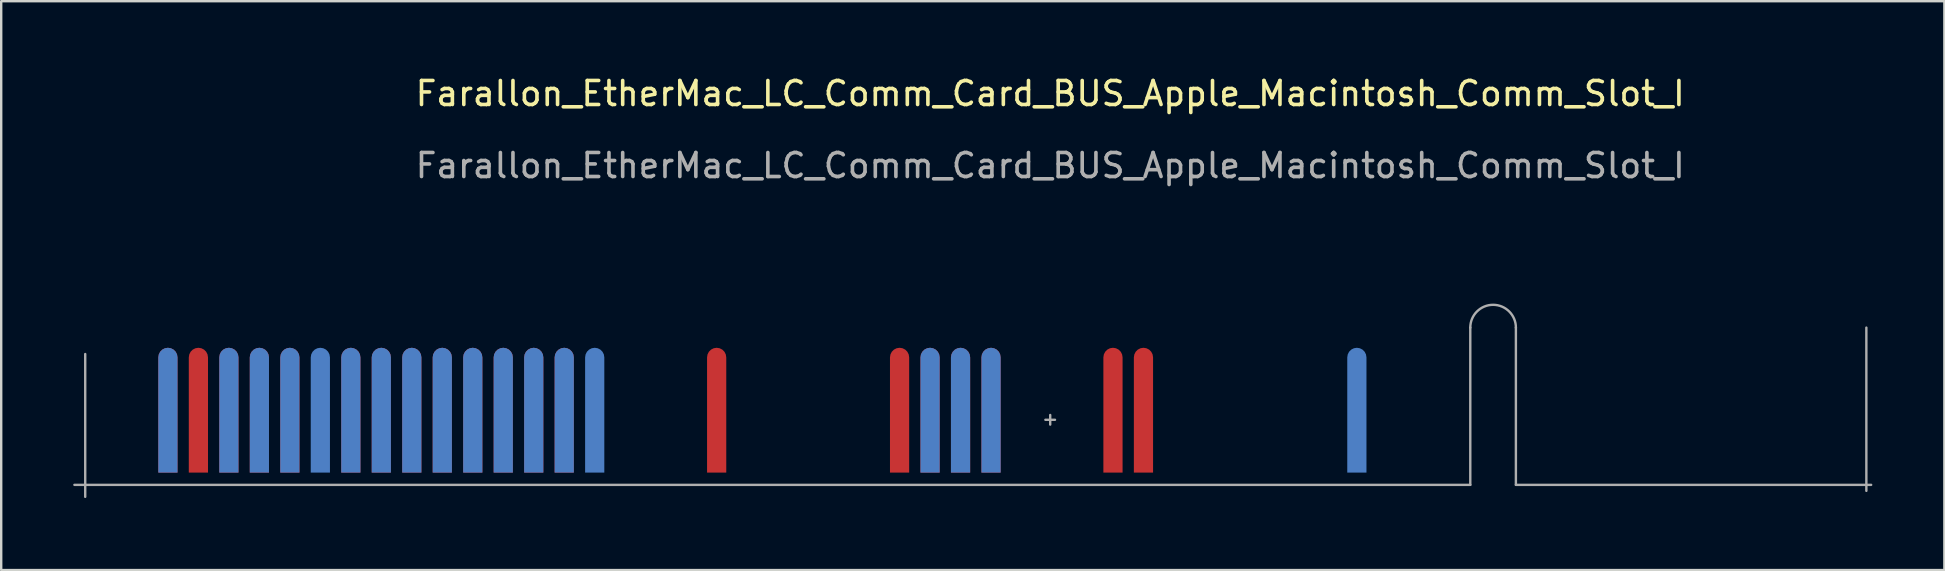
<source format=kicad_pcb>
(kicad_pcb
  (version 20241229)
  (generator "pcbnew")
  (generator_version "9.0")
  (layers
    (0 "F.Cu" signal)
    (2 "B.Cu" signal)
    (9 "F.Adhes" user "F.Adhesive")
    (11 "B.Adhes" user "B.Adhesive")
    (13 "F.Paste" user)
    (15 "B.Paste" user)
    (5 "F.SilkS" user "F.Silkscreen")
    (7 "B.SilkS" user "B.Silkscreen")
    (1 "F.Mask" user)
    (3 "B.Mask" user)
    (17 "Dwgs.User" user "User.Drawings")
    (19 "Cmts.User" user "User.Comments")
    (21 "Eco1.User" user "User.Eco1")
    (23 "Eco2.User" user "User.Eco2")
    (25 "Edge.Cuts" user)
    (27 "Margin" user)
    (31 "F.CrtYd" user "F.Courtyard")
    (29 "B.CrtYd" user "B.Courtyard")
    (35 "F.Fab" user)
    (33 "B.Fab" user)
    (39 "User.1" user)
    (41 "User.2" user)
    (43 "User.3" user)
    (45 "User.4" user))
  (footprint "Farallon_EtherMac_LC_Comm_Card_BUS_Apple_Macintosh_Comm_Slot_I"
    (layer "F.Cu")
    (at 40.7 14.138)
    (property "Reference" "Farallon_EtherMac_LC_Comm_Card_BUS_Apple_Macintosh_Comm_Slot_I" (at 0 -13.29 0) (unlocked yes) (layer "F.SilkS") (effects (font (size 1 1) (thickness 0.15))))
    (attr smd allow_soldermask_bridges)
    (fp_rect (start -40.3 -1.4) (end 18.5 3.2) (stroke (width 0.12) (type solid)) (fill yes) (layer "F.Mask"))
    (fp_rect (start -40.3 -1.4) (end 18.5 3.2) (stroke (width 0.12) (type solid)) (fill yes) (layer "B.Mask"))
    (fp_line (start -40.65 3.01) (end 17.5 3.01) (stroke (width 0.1) (type solid)) (layer "F.Fab"))
    (fp_line (start -40.2 3.51) (end -40.2 -2.44) (stroke (width 0.1) (type solid)) (layer "F.Fab"))
    (fp_line (start -0.2 0.3) (end 0.2 0.3) (stroke (width 0.1) (type default)) (layer "F.Fab"))
    (fp_line (start 0 0.1) (end 0 0.5) (stroke (width 0.1) (type default)) (layer "F.Fab"))
    (fp_line (start 17.5 3.01) (end 17.5 -3.54) (stroke (width 0.1) (type solid)) (layer "F.Fab"))
    (fp_line (start 19.4 -3.54) (end 19.4 3.01) (stroke (width 0.1) (type solid)) (layer "F.Fab"))
    (fp_line (start 19.4 3.01) (end 34.2 3.01) (stroke (width 0.1) (type solid)) (layer "F.Fab"))
    (fp_line (start 34 3.26) (end 34 -3.54) (stroke (width 0.1) (type solid)) (layer "F.Fab"))
    (fp_arc (start 17.5 -3.54) (mid 18.45 -4.49) (end 19.4 -3.54) (stroke (width 0.1) (type solid)) (layer "F.Fab"))
    (fp_text user "${REFERENCE}" (at 0 -10.29 0) (unlocked yes) (layer "F.Fab") (effects (font (size 1 1) (thickness 0.15))))
    (pad "5" connect roundrect (at -36.755 -0.1) (size 0.8 5.2) (layers "B.Cu" "B.Mask") (roundrect_rratio 0.5) (chamfer_ratio 0) (chamfer bottom_left bottom_right))
    (pad "6" connect roundrect (at -36.755 -0.1) (size 0.8 5.2) (layers "F.Cu" "F.Mask") (roundrect_rratio 0.5) (chamfer_ratio 0) (chamfer bottom_left bottom_right))
    (pad "8" connect roundrect (at -35.485 -0.1) (size 0.8 5.2) (layers "F.Cu" "F.Mask") (roundrect_rratio 0.5) (chamfer_ratio 0) (chamfer bottom_left bottom_right))
    (pad "9" connect roundrect (at -34.215 -0.1) (size 0.8 5.2) (layers "B.Cu" "B.Mask") (roundrect_rratio 0.5) (chamfer_ratio 0) (chamfer bottom_left bottom_right))
    (pad "10" connect roundrect (at -34.215 -0.1) (size 0.8 5.2) (layers "F.Cu" "F.Mask") (roundrect_rratio 0.5) (chamfer_ratio 0) (chamfer bottom_left bottom_right))
    (pad "11" connect roundrect (at -32.945 -0.1) (size 0.8 5.2) (layers "B.Cu" "B.Mask") (roundrect_rratio 0.5) (chamfer_ratio 0) (chamfer bottom_left bottom_right))
    (pad "12" connect roundrect (at -32.945 -0.1) (size 0.8 5.2) (layers "F.Cu" "F.Mask") (roundrect_rratio 0.5) (chamfer_ratio 0) (chamfer bottom_left bottom_right))
    (pad "13" connect roundrect (at -31.675 -0.1) (size 0.8 5.2) (layers "B.Cu" "B.Mask") (roundrect_rratio 0.5) (chamfer_ratio 0) (chamfer bottom_left bottom_right))
    (pad "14" connect roundrect (at -31.675 -0.1) (size 0.8 5.2) (layers "F.Cu" "F.Mask") (roundrect_rratio 0.5) (chamfer_ratio 0) (chamfer bottom_left bottom_right))
    (pad "15" connect roundrect (at -30.405 -0.1) (size 0.8 5.2) (layers "B.Cu" "B.Mask") (roundrect_rratio 0.5) (chamfer_ratio 0) (chamfer bottom_left bottom_right))
    (pad "17" connect roundrect (at -29.135 -0.1) (size 0.8 5.2) (layers "B.Cu" "B.Mask") (roundrect_rratio 0.5) (chamfer_ratio 0) (chamfer bottom_left bottom_right))
    (pad "18" connect roundrect (at -29.135 -0.1) (size 0.8 5.2) (layers "F.Cu" "F.Mask") (roundrect_rratio 0.5) (chamfer_ratio 0) (chamfer bottom_left bottom_right))
    (pad "19" connect roundrect (at -27.865 -0.1) (size 0.8 5.2) (layers "B.Cu" "B.Mask") (roundrect_rratio 0.5) (chamfer_ratio 0) (chamfer bottom_left bottom_right))
    (pad "20" connect roundrect (at -27.865 -0.1) (size 0.8 5.2) (layers "F.Cu" "F.Mask") (roundrect_rratio 0.5) (chamfer_ratio 0) (chamfer bottom_left bottom_right))
    (pad "21" connect roundrect (at -26.595 -0.1) (size 0.8 5.2) (layers "B.Cu" "B.Mask") (roundrect_rratio 0.5) (chamfer_ratio 0) (chamfer bottom_left bottom_right))
    (pad "22" connect roundrect (at -26.595 -0.1) (size 0.8 5.2) (layers "F.Cu" "F.Mask") (roundrect_rratio 0.5) (chamfer_ratio 0) (chamfer bottom_left bottom_right))
    (pad "23" connect roundrect (at -25.325 -0.1) (size 0.8 5.2) (layers "B.Cu" "B.Mask") (roundrect_rratio 0.5) (chamfer_ratio 0) (chamfer bottom_left bottom_right))
    (pad "24" connect roundrect (at -25.325 -0.1) (size 0.8 5.2) (layers "F.Cu" "F.Mask") (roundrect_rratio 0.5) (chamfer_ratio 0) (chamfer bottom_left bottom_right))
    (pad "25" connect roundrect (at -24.055 -0.1) (size 0.8 5.2) (layers "B.Cu" "B.Mask") (roundrect_rratio 0.5) (chamfer_ratio 0) (chamfer bottom_left bottom_right))
    (pad "26" connect roundrect (at -24.055 -0.1) (size 0.8 5.2) (layers "F.Cu" "F.Mask") (roundrect_rratio 0.5) (chamfer_ratio 0) (chamfer bottom_left bottom_right))
    (pad "27" connect roundrect (at -22.785 -0.1) (size 0.8 5.2) (layers "B.Cu" "B.Mask") (roundrect_rratio 0.5) (chamfer_ratio 0) (chamfer bottom_left bottom_right))
    (pad "28" connect roundrect (at -22.785 -0.1) (size 0.8 5.2) (layers "F.Cu" "F.Mask") (roundrect_rratio 0.5) (chamfer_ratio 0) (chamfer bottom_left bottom_right))
    (pad "29" connect roundrect (at -21.515 -0.1) (size 0.8 5.2) (layers "B.Cu" "B.Mask") (roundrect_rratio 0.5) (chamfer_ratio 0) (chamfer bottom_left bottom_right))
    (pad "30" connect roundrect (at -21.515 -0.1) (size 0.8 5.2) (layers "F.Cu" "F.Mask") (roundrect_rratio 0.5) (chamfer_ratio 0) (chamfer bottom_left bottom_right))
    (pad "31" connect roundrect (at -20.245 -0.1) (size 0.8 5.2) (layers "B.Cu" "B.Mask") (roundrect_rratio 0.5) (chamfer_ratio 0) (chamfer bottom_left bottom_right))
    (pad "32" connect roundrect (at -20.245 -0.1) (size 0.8 5.2) (layers "F.Cu" "F.Mask") (roundrect_rratio 0.5) (chamfer_ratio 0) (chamfer bottom_left bottom_right))
    (pad "33" connect roundrect (at -18.975 -0.1) (size 0.8 5.2) (layers "B.Cu" "B.Mask") (roundrect_rratio 0.5) (chamfer_ratio 0) (chamfer bottom_left bottom_right))
    (pad "42" connect roundrect (at -13.895 -0.1) (size 0.8 5.2) (layers "F.Cu" "F.Mask") (roundrect_rratio 0.5) (chamfer_ratio 0) (chamfer bottom_left bottom_right))
    (pad "54" connect roundrect (at -6.275 -0.1) (size 0.8 5.2) (layers "F.Cu" "F.Mask") (roundrect_rratio 0.5) (chamfer_ratio 0) (chamfer bottom_left bottom_right))
    (pad "55" connect roundrect (at -5.005 -0.1) (size 0.8 5.2) (layers "B.Cu" "B.Mask") (roundrect_rratio 0.5) (chamfer_ratio 0) (chamfer bottom_left bottom_right))
    (pad "56" connect roundrect (at -5.005 -0.1) (size 0.8 5.2) (layers "F.Cu" "F.Mask") (roundrect_rratio 0.5) (chamfer_ratio 0) (chamfer bottom_left bottom_right))
    (pad "57" connect roundrect (at -3.735 -0.1) (size 0.8 5.2) (layers "B.Cu" "B.Mask") (roundrect_rratio 0.5) (chamfer_ratio 0) (chamfer bottom_left bottom_right))
    (pad "58" connect roundrect (at -3.735 -0.1) (size 0.8 5.2) (layers "F.Cu" "F.Mask") (roundrect_rratio 0.5) (chamfer_ratio 0) (chamfer bottom_left bottom_right))
    (pad "59" connect roundrect (at -2.465 -0.1) (size 0.8 5.2) (layers "B.Cu" "B.Mask") (roundrect_rratio 0.5) (chamfer_ratio 0) (chamfer bottom_left bottom_right))
    (pad "60" connect roundrect (at -2.465 -0.1) (size 0.8 5.2) (layers "F.Cu" "F.Mask") (roundrect_rratio 0.5) (chamfer_ratio 0) (chamfer bottom_left bottom_right))
    (pad "68" connect roundrect (at 2.615 -0.1) (size 0.8 5.2) (layers "F.Cu" "F.Mask") (roundrect_rratio 0.5) (chamfer_ratio 0) (chamfer bottom_left bottom_right))
    (pad "70" connect roundrect (at 3.885 -0.1) (size 0.8 5.2) (layers "F.Cu" "F.Mask") (roundrect_rratio 0.5) (chamfer_ratio 0) (chamfer bottom_left bottom_right))
    (pad "83" connect roundrect (at 12.775 -0.1) (size 0.8 5.2) (layers "B.Cu" "B.Mask") (roundrect_rratio 0.5) (chamfer_ratio 0) (chamfer bottom_left bottom_right)))
  (gr_rect
    (start -3 -3)
    (end 77.95 20.698)
    (stroke (width 0.1) (type default))
    (fill no)
    (layer "Edge.Cuts")))
</source>
